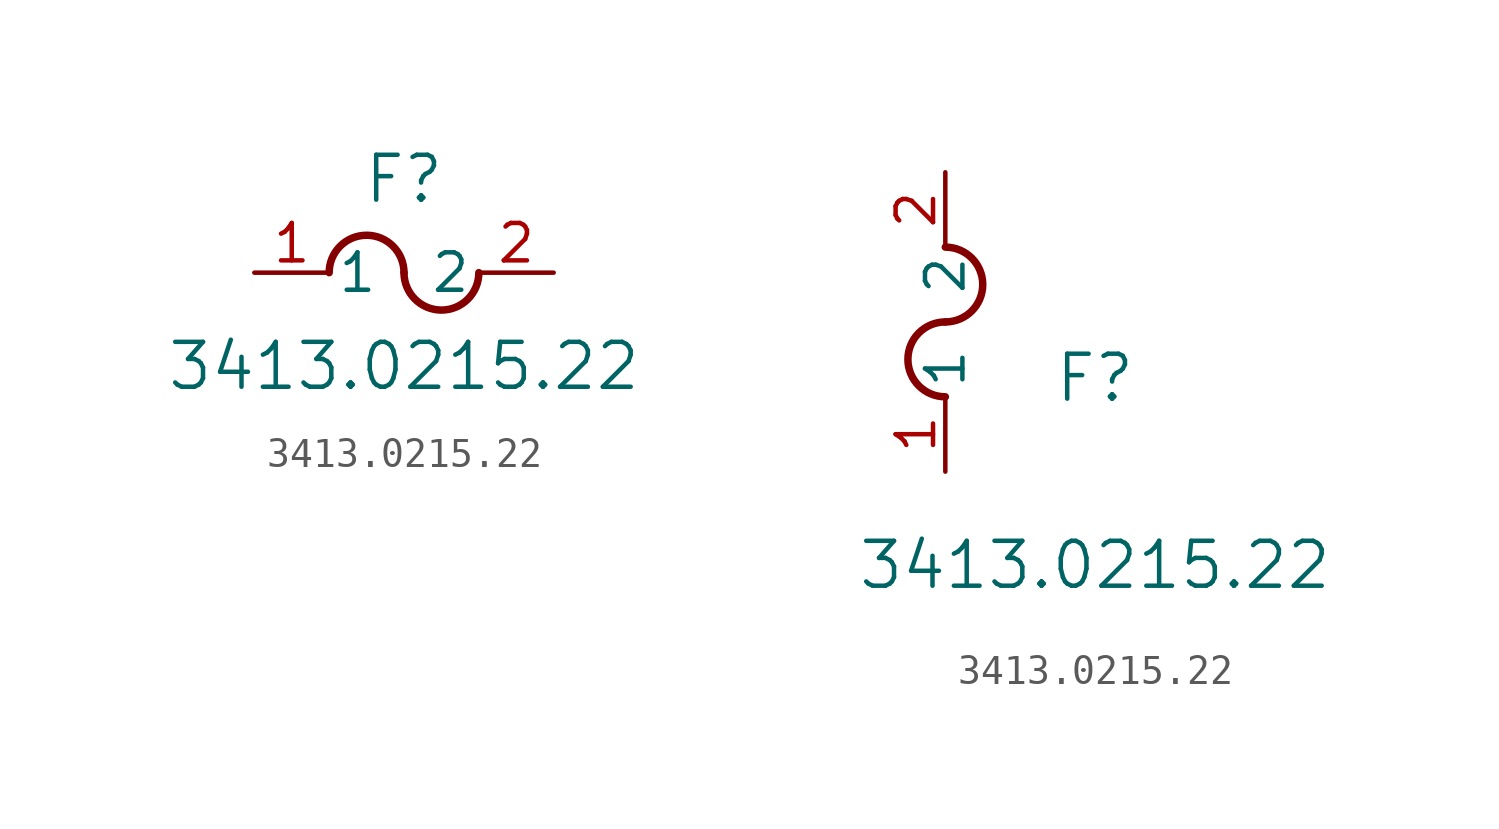
<source format=kicad_sym>
(kicad_symbol_lib
  (version 20211014)
  (generator kicad_symbol_editor)
  (symbol "3413.0215.22"
    (pin_names
      (offset 0.254))
    (property "Reference" "F"
      (at 5.08 3.175 0)
      (effects (font (size 1.524 1.524))))
    (property "Value" "3413.0215.22"
      (at 5.08 -3.175 0)
      (effects (font (size 1.524 1.524))))
    (symbol "3413.0215.22_1_1"
      (arc (start 5.08 0) (mid 3.81 1.27) (end 2.54 0) (stroke (width 0.254) (type default) (color 0 0 0 0)) (fill (type none)))
      (arc (start 5.08 0) (mid 6.35 -1.27) (end 7.62 0) (stroke (width 0.254) (type default) (color 0 0 0 0)) (fill (type none)))
      (pin unspecified line (at 0 0 0) (length 2.54) (name "1" (effects (font (size 1.27 1.27)))) (number "1" (effects (font (size 1.27 1.27)))))
      (pin unspecified line (at 10.16 0 180) (length 2.54) (name "2" (effects (font (size 1.27 1.27)))) (number "2" (effects (font (size 1.27 1.27))))))
    (symbol "3413.0215.22_1_2"
      (arc (start 0 5.08) (mid -1.27 3.81) (end 0 2.54) (stroke (width 0.254) (type default) (color 0 0 0 0)) (fill (type none)))
      (arc (start 0 5.08) (mid 1.27 6.35) (end 0 7.62) (stroke (width 0.254) (type default) (color 0 0 0 0)) (fill (type none)))
      (pin unspecified line (at 0 0 90) (length 2.54) (name "1" (effects (font (size 1.27 1.27)))) (number "1" (effects (font (size 1.27 1.27)))))
      (pin unspecified line (at 0 10.16 270) (length 2.54) (name "2" (effects (font (size 1.27 1.27)))) (number "2" (effects (font (size 1.27 1.27))))))))
</source>
